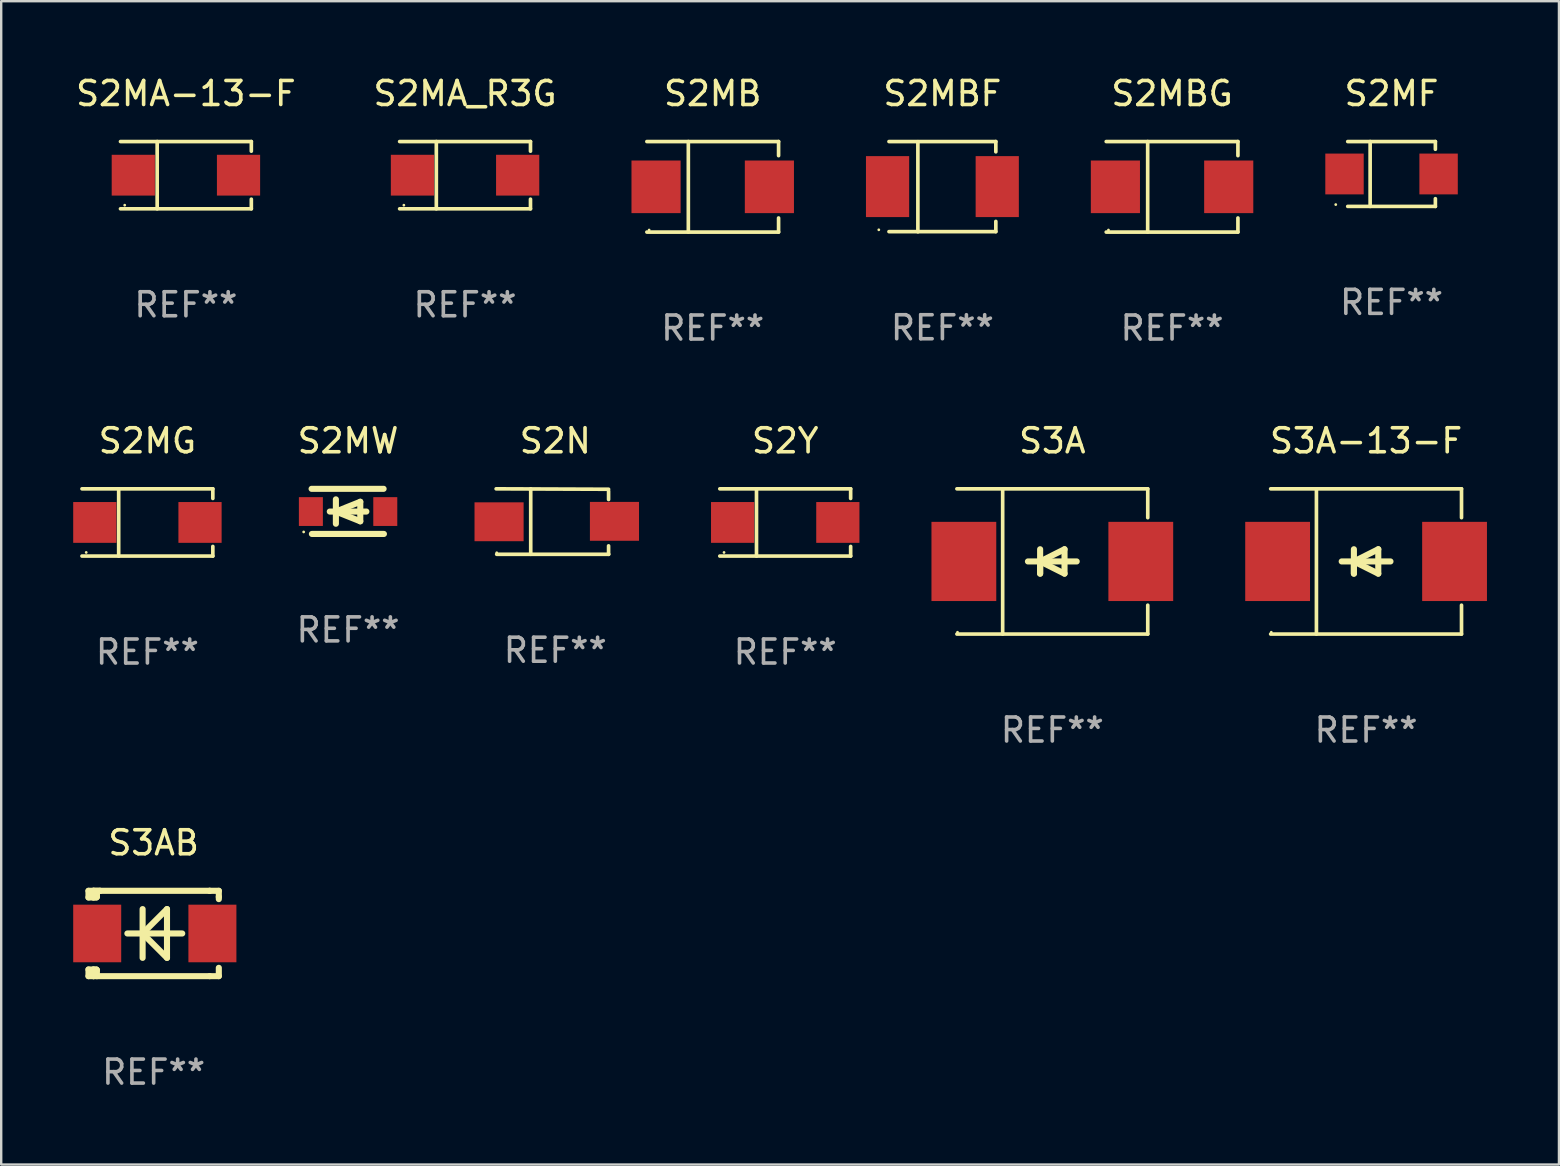
<source format=kicad_pcb>
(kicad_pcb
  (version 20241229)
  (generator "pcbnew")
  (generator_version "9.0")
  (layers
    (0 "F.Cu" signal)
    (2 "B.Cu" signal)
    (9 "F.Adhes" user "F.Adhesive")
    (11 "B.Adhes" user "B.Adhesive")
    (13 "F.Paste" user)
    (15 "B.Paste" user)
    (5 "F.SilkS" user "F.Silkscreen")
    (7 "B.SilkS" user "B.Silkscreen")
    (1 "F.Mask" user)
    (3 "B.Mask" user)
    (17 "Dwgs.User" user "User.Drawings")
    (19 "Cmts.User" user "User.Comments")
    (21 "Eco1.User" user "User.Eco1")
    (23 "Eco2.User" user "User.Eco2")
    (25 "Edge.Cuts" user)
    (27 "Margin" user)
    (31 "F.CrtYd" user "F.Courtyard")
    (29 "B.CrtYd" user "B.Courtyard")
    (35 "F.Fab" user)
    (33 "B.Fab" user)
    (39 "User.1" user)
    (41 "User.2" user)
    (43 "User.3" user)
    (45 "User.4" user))
  (footprint "S2MG"
    (layer "F.Cu")
    (at 3.092 18.718)
    (property "Reference" "S2MG" (at 0 -3.401 0) (layer "F.SilkS") (effects (font (size 1 1) (thickness 0.15))))
    (attr through_hole)
    (fp_line (start -2.726 -1.401) (end 2.726 -1.401) (stroke (width 0.152) (type solid)) (layer "F.SilkS"))
    (fp_line (start -2.726 1.401) (end 2.726 1.401) (stroke (width 0.152) (type solid)) (layer "F.SilkS"))
    (fp_line (start -1.197 -1.401) (end -1.197 1.401) (stroke (width 0.152) (type solid)) (layer "F.SilkS"))
    (fp_line (start 2.726 -1.401) (end 2.726 -1) (stroke (width 0.152) (type solid)) (layer "F.SilkS"))
    (fp_line (start 2.726 1.401) (end 2.726 1) (stroke (width 0.152) (type solid)) (layer "F.SilkS"))
    (fp_circle (center -2.55 1.25) (end -2.52 1.25) (stroke (width 0.06) (type solid)) (fill no) (layer "F.SilkS"))
    (fp_text user "REF**" (at 0 5.401 0) (layer "F.Fab") (effects (font (size 1 1) (thickness 0.15))))
    (pad "1" smd rect (at -2.192 0) (size 1.8 1.7) (layers "F.Cu" "F.Mask" "F.Paste"))
    (pad "2" smd rect (at 2.192 0) (size 1.8 1.7) (layers "F.Cu" "F.Mask" "F.Paste")))
  (footprint "S2MA-13-F"
    (layer "F.Cu")
    (at 4.696 4.249)
    (property "Reference" "S2MA-13-F" (at 0 -3.401 0) (layer "F.SilkS") (effects (font (size 1 1) (thickness 0.15))))
    (attr through_hole)
    (fp_line (start -2.726 -1.401) (end 2.726 -1.401) (stroke (width 0.152) (type solid)) (layer "F.SilkS"))
    (fp_line (start -2.726 1.401) (end 2.726 1.401) (stroke (width 0.152) (type solid)) (layer "F.SilkS"))
    (fp_line (start -1.197 -1.401) (end -1.197 1.401) (stroke (width 0.152) (type solid)) (layer "F.SilkS"))
    (fp_line (start 2.726 -1.401) (end 2.726 -1) (stroke (width 0.152) (type solid)) (layer "F.SilkS"))
    (fp_line (start 2.726 1.401) (end 2.726 1) (stroke (width 0.152) (type solid)) (layer "F.SilkS"))
    (fp_circle (center -2.55 1.25) (end -2.52 1.25) (stroke (width 0.06) (type solid)) (fill no) (layer "F.SilkS"))
    (fp_text user "REF**" (at 0 5.401 0) (layer "F.Fab") (effects (font (size 1 1) (thickness 0.15))))
    (pad "1" smd rect (at -2.192 0) (size 1.8 1.7) (layers "F.Cu" "F.Mask" "F.Paste"))
    (pad "2" smd rect (at 2.192 0) (size 1.8 1.7) (layers "F.Cu" "F.Mask" "F.Paste")))
  (footprint "S3A"
    (layer "F.Cu")
    (at 40.796 20.343)
    (property "Reference" "S3A" (at 0 -5.026 0) (layer "F.SilkS") (effects (font (size 1 1) (thickness 0.15))))
    (attr through_hole)
    (fp_line (start -3.976 -3.026) (end 3.976 -3.026) (stroke (width 0.152) (type solid)) (layer "F.SilkS"))
    (fp_line (start -3.976 3.026) (end 3.976 3.026) (stroke (width 0.152) (type solid)) (layer "F.SilkS"))
    (fp_line (start -2.069 -3.026) (end -2.069 3.026) (stroke (width 0.152) (type solid)) (layer "F.SilkS"))
    (fp_line (start -0.508 0) (end -0.508 0.508) (stroke (width 0.254) (type solid)) (layer "F.SilkS"))
    (fp_line (start -0.508 0) (end 0.508 0.508) (stroke (width 0.254) (type solid)) (layer "F.SilkS"))
    (fp_line (start -0.508 0.508) (end -0.508 -0.508) (stroke (width 0.254) (type solid)) (layer "F.SilkS"))
    (fp_line (start 0.508 -0.508) (end -0.508 0) (stroke (width 0.254) (type solid)) (layer "F.SilkS"))
    (fp_line (start 0.508 0.508) (end 0.508 -0.508) (stroke (width 0.254) (type solid)) (layer "F.SilkS"))
    (fp_line (start 1.016 0) (end -1.016 0) (stroke (width 0.254) (type solid)) (layer "F.SilkS"))
    (fp_line (start 3.976 -3.026) (end 3.976 -1.823) (stroke (width 0.152) (type solid)) (layer "F.SilkS"))
    (fp_line (start 3.976 3.026) (end 3.976 1.823) (stroke (width 0.152) (type solid)) (layer "F.SilkS"))
    (fp_circle (center -3.95 2.95) (end -3.92 2.95) (stroke (width 0.06) (type solid)) (fill no) (layer "F.SilkS"))
    (fp_text user "REF**" (at 0 7.026 0) (layer "F.Fab") (effects (font (size 1 1) (thickness 0.15))))
    (pad "1" smd rect (at -3.686 0) (size 2.7 3.3) (layers "F.Cu" "F.Mask" "F.Paste"))
    (pad "2" smd rect (at 3.686 0) (size 2.7 3.3) (layers "F.Cu" "F.Mask" "F.Paste")))
  (footprint "S2MW"
    (layer "F.Cu")
    (at 11.453 18.257)
    (property "Reference" "S2MW" (at 0 -2.94 0) (layer "F.SilkS") (effects (font (size 1 1) (thickness 0.15))))
    (attr through_hole)
    (fp_line (start -1.52 -0.94) (end 1.48 -0.94) (stroke (width 0.254) (type solid)) (layer "F.SilkS"))
    (fp_line (start -1.507 0.94) (end 1.493 0.94) (stroke (width 0.254) (type solid)) (layer "F.SilkS"))
    (fp_line (start -0.762 0.007) (end 0.762 0.007) (stroke (width 0.254) (type solid)) (layer "F.SilkS"))
    (fp_line (start -0.508 -0.501) (end -0.508 0.515) (stroke (width 0.254) (type solid)) (layer "F.SilkS"))
    (fp_line (start -0.508 0.007) (end 0.508 -0.4) (stroke (width 0.254) (type solid)) (layer "F.SilkS"))
    (fp_line (start 0.508 -0.4) (end 0.508 0.413) (stroke (width 0.254) (type solid)) (layer "F.SilkS"))
    (fp_line (start 0.508 0.413) (end -0.508 0.007) (stroke (width 0.254) (type solid)) (layer "F.SilkS"))
    (fp_circle (center -1.85 0.857) (end -1.82 0.857) (stroke (width 0.06) (type solid)) (fill no) (layer "F.SilkS"))
    (fp_text user "REF**" (at 0 4.94 0) (layer "F.Fab") (effects (font (size 1 1) (thickness 0.15))))
    (pad "1" smd rect (at -1.55 0.007) (size 1 1.2) (layers "F.Cu" "F.Mask" "F.Paste"))
    (pad "2" smd rect (at 1.55 0.007) (size 1 1.2) (layers "F.Cu" "F.Mask" "F.Paste")))
  (footprint "S3AB"
    (layer "F.Cu")
    (at 3.352 35.844)
    (property "Reference" "S3AB" (at 0 -3.778 0) (layer "F.SilkS") (effects (font (size 1 1) (thickness 0.15))))
    (attr through_hole)
    (fp_line (start -2.715 -1.778) (end -2.715 -1.501) (stroke (width 0.254) (type solid)) (layer "F.SilkS"))
    (fp_line (start -2.715 -1.501) (end -2.505 -1.501) (stroke (width 0.254) (type solid)) (layer "F.SilkS"))
    (fp_line (start -2.715 1.501) (end -2.715 1.778) (stroke (width 0.254) (type solid)) (layer "F.SilkS"))
    (fp_line (start -2.715 1.501) (end -2.505 1.501) (stroke (width 0.254) (type solid)) (layer "F.SilkS"))
    (fp_line (start -2.715 1.778) (end -2.504 1.778) (stroke (width 0.254) (type solid)) (layer "F.SilkS"))
    (fp_line (start -2.505 -1.778) (end -2.715 -1.778) (stroke (width 0.254) (type solid)) (layer "F.SilkS"))
    (fp_line (start -2.505 -1.778) (end -2.238 -1.778) (stroke (width 0.254) (type solid)) (layer "F.SilkS"))
    (fp_line (start -2.505 -1.501) (end -2.505 -1.651) (stroke (width 0.254) (type solid)) (layer "F.SilkS"))
    (fp_line (start -2.505 -1.501) (end -2.388 -1.501) (stroke (width 0.254) (type solid)) (layer "F.SilkS"))
    (fp_line (start -2.505 1.501) (end -2.505 1.778) (stroke (width 0.254) (type solid)) (layer "F.SilkS"))
    (fp_line (start -2.505 1.501) (end -2.388 1.501) (stroke (width 0.254) (type solid)) (layer "F.SilkS"))
    (fp_line (start -2.388 1.501) (end -2.365 1.524) (stroke (width 0.254) (type solid)) (layer "F.SilkS"))
    (fp_line (start -2.388 -1.501) (end -2.365 -1.524) (stroke (width 0.254) (type solid)) (layer "F.SilkS"))
    (fp_line (start -2.365 -1.651) (end -2.505 -1.778) (stroke (width 0.254) (type solid)) (layer "F.SilkS"))
    (fp_line (start -2.365 -1.524) (end -2.365 -1.651) (stroke (width 0.254) (type solid)) (layer "F.SilkS"))
    (fp_line (start -2.365 1.524) (end -2.365 1.778) (stroke (width 0.254) (type solid)) (layer "F.SilkS"))
    (fp_line (start -2.239 -1.778) (end 2.333 -1.778) (stroke (width 0.254) (type solid)) (layer "F.SilkS"))
    (fp_line (start -2.238 -1.778) (end -2.505 -1.778) (stroke (width 0.254) (type solid)) (layer "F.SilkS"))
    (fp_line (start -1.095 0) (end 1.191 0) (stroke (width 0.254) (type solid)) (layer "F.SilkS"))
    (fp_line (start -0.46 -1.016) (end -0.46 1.016) (stroke (width 0.254) (type solid)) (layer "F.SilkS"))
    (fp_line (start -0.46 -0.000127) (end 0.556 1.016) (stroke (width 0.254) (type solid)) (layer "F.SilkS"))
    (fp_line (start 0.556 -1.016) (end 0.556 1.016) (stroke (width 0.254) (type solid)) (layer "F.SilkS"))
    (fp_line (start 0.556 -1.016) (end -0.46 -0.000127) (stroke (width 0.254) (type solid)) (layer "F.SilkS"))
    (fp_line (start 2.333 -1.778) (end 2.333 -1.778) (stroke (width 0.254) (type solid)) (layer "F.SilkS"))
    (fp_line (start 2.333 -1.778) (end 2.715 -1.778) (stroke (width 0.254) (type solid)) (layer "F.SilkS"))
    (fp_line (start 2.334 1.778) (end -2.504 1.778) (stroke (width 0.254) (type solid)) (layer "F.SilkS"))
    (fp_line (start 2.715 -1.778) (end 2.715 -1.524) (stroke (width 0.254) (type solid)) (layer "F.SilkS"))
    (fp_line (start 2.715 -1.524) (end 2.715 -1.431) (stroke (width 0.254) (type solid)) (layer "F.SilkS"))
    (fp_line (start 2.715 1.431) (end 2.715 1.778) (stroke (width 0.254) (type solid)) (layer "F.SilkS"))
    (fp_line (start 2.715 1.778) (end 2.334 1.778) (stroke (width 0.254) (type solid)) (layer "F.SilkS"))
    (fp_circle (center -2.602 1.8) (end -2.572 1.8) (stroke (width 0.06) (type solid)) (fill no) (layer "F.SilkS"))
    (fp_text user "REF**" (at 0 5.778 0) (layer "F.Fab") (effects (font (size 1 1) (thickness 0.15))))
    (pad "1" smd rect (at -2.352 -0.000076) (size 2 2.4) (layers "F.Cu" "F.Mask" "F.Paste"))
    (pad "2" smd rect (at 2.448 -0.000076) (size 2 2.4) (layers "F.Cu" "F.Mask" "F.Paste")))
  (footprint "S2MB"
    (layer "F.Cu")
    (at 26.646 4.734)
    (property "Reference" "S2MB" (at 0 -3.886 0) (layer "F.SilkS") (effects (font (size 1 1) (thickness 0.15))))
    (attr through_hole)
    (fp_line (start -2.744 -1.886) (end 2.744 -1.886) (stroke (width 0.152) (type solid)) (layer "F.SilkS"))
    (fp_line (start -2.744 1.886) (end 2.744 1.886) (stroke (width 0.152) (type solid)) (layer "F.SilkS"))
    (fp_line (start -1.016 -1.886) (end -1.016 1.886) (stroke (width 0.152) (type solid)) (layer "F.SilkS"))
    (fp_line (start 2.744 -1.886) (end 2.744 -1.299) (stroke (width 0.152) (type solid)) (layer "F.SilkS"))
    (fp_line (start 2.744 1.886) (end 2.744 1.299) (stroke (width 0.152) (type solid)) (layer "F.SilkS"))
    (fp_circle (center -2.65 1.8) (end -2.62 1.8) (stroke (width 0.06) (type solid)) (fill no) (layer "F.SilkS"))
    (fp_text user "REF**" (at 0 5.886 0) (layer "F.Fab") (effects (font (size 1 1) (thickness 0.15))))
    (pad "1" smd rect (at -2.361 0) (size 2.047 2.192) (layers "F.Cu" "F.Mask" "F.Paste"))
    (pad "2" smd rect (at 2.361 0) (size 2.047 2.192) (layers "F.Cu" "F.Mask" "F.Paste")))
  (footprint "S2MF"
    (layer "F.Cu")
    (at 54.93 4.199)
    (property "Reference" "S2MF" (at 0 -3.351 0) (layer "F.SilkS") (effects (font (size 1 1) (thickness 0.15))))
    (attr through_hole)
    (fp_line (start -1.826 -1.351) (end 1.826 -1.351) (stroke (width 0.152) (type solid)) (layer "F.SilkS"))
    (fp_line (start -1.826 1.351) (end 1.826 1.351) (stroke (width 0.152) (type solid)) (layer "F.SilkS"))
    (fp_line (start -0.892 -1.351) (end -0.892 1.351) (stroke (width 0.152) (type solid)) (layer "F.SilkS"))
    (fp_line (start 1.826 -1.351) (end 1.826 -1.03) (stroke (width 0.152) (type solid)) (layer "F.SilkS"))
    (fp_line (start 1.826 1.03) (end 1.826 1.351) (stroke (width 0.152) (type solid)) (layer "F.SilkS"))
    (fp_circle (center -2.325 1.275) (end -2.295 1.275) (stroke (width 0.06) (type solid)) (fill no) (layer "F.SilkS"))
    (fp_text user "REF**" (at 0 5.351 0) (layer "F.Fab") (effects (font (size 1 1) (thickness 0.15))))
    (pad "1" smd rect (at -1.96 0 180) (size 1.6 1.7) (layers "F.Cu" "F.Mask" "F.Paste"))
    (pad "2" smd rect (at 1.96 0 180) (size 1.6 1.7) (layers "F.Cu" "F.Mask" "F.Paste")))
  (footprint "S2Y"
    (layer "F.Cu")
    (at 29.667 18.718)
    (property "Reference" "S2Y" (at 0 -3.401 0) (layer "F.SilkS") (effects (font (size 1 1) (thickness 0.15))))
    (attr through_hole)
    (fp_line (start -2.726 -1.401) (end 2.726 -1.401) (stroke (width 0.152) (type solid)) (layer "F.SilkS"))
    (fp_line (start -2.726 1.401) (end 2.726 1.401) (stroke (width 0.152) (type solid)) (layer "F.SilkS"))
    (fp_line (start -1.197 -1.401) (end -1.197 1.401) (stroke (width 0.152) (type solid)) (layer "F.SilkS"))
    (fp_line (start 2.726 -1.401) (end 2.726 -1) (stroke (width 0.152) (type solid)) (layer "F.SilkS"))
    (fp_line (start 2.726 1.401) (end 2.726 1) (stroke (width 0.152) (type solid)) (layer "F.SilkS"))
    (fp_circle (center -2.55 1.25) (end -2.52 1.25) (stroke (width 0.06) (type solid)) (fill no) (layer "F.SilkS"))
    (fp_text user "REF**" (at 0 5.401 0) (layer "F.Fab") (effects (font (size 1 1) (thickness 0.15))))
    (pad "1" smd rect (at -2.192 0) (size 1.8 1.7) (layers "F.Cu" "F.Mask" "F.Paste"))
    (pad "2" smd rect (at 2.192 0) (size 1.8 1.7) (layers "F.Cu" "F.Mask" "F.Paste")))
  (footprint "S2N"
    (layer "F.Cu")
    (at 20.087 18.681)
    (property "Reference" "S2N" (at 0 -3.364 0) (layer "F.SilkS") (effects (font (size 1 1) (thickness 0.15))))
    (attr through_hole)
    (fp_line (start -2.465 -1.364) (end 2.22 -1.346) (stroke (width 0.152) (type solid)) (layer "F.SilkS"))
    (fp_line (start -2.442 1.364) (end 2.226 1.364) (stroke (width 0.152) (type solid)) (layer "F.SilkS"))
    (fp_line (start -1.024 -1.364) (end -1.024 1.364) (stroke (width 0.152) (type solid)) (layer "F.SilkS"))
    (fp_line (start 2.22 -1.27) (end 2.22 -0.919) (stroke (width 0.152) (type solid)) (layer "F.SilkS"))
    (fp_line (start 2.22 1.364) (end 2.22 1.013) (stroke (width 0.152) (type solid)) (layer "F.SilkS"))
    (fp_circle (center -2.439 1.3) (end -2.409 1.3) (stroke (width 0.06) (type solid)) (fill no) (layer "F.SilkS"))
    (fp_text user "REF**" (at 0 5.364 0) (layer "F.Fab") (effects (font (size 1 1) (thickness 0.15))))
    (pad "1" smd rect (at -2.343 0.009) (size 2.046 1.62) (layers "F.Cu" "F.Mask" "F.Paste"))
    (pad "2" smd rect (at 2.465 -0.009 180) (size 2.046 1.62) (layers "F.Cu" "F.Mask" "F.Paste")))
  (footprint "S2MA_R3G"
    (layer "F.Cu")
    (at 16.327 4.249)
    (property "Reference" "S2MA_R3G" (at 0 -3.401 0) (layer "F.SilkS") (effects (font (size 1 1) (thickness 0.15))))
    (attr through_hole)
    (fp_line (start -2.726 -1.401) (end 2.726 -1.401) (stroke (width 0.152) (type solid)) (layer "F.SilkS"))
    (fp_line (start -2.726 1.401) (end 2.726 1.401) (stroke (width 0.152) (type solid)) (layer "F.SilkS"))
    (fp_line (start -1.197 -1.401) (end -1.197 1.401) (stroke (width 0.152) (type solid)) (layer "F.SilkS"))
    (fp_line (start 2.726 -1.401) (end 2.726 -1) (stroke (width 0.152) (type solid)) (layer "F.SilkS"))
    (fp_line (start 2.726 1.401) (end 2.726 1) (stroke (width 0.152) (type solid)) (layer "F.SilkS"))
    (fp_circle (center -2.55 1.25) (end -2.52 1.25) (stroke (width 0.06) (type solid)) (fill no) (layer "F.SilkS"))
    (fp_text user "REF**" (at 0 5.401 0) (layer "F.Fab") (effects (font (size 1 1) (thickness 0.15))))
    (pad "1" smd rect (at -2.192 0) (size 1.8 1.7) (layers "F.Cu" "F.Mask" "F.Paste"))
    (pad "2" smd rect (at 2.192 0) (size 1.8 1.7) (layers "F.Cu" "F.Mask" "F.Paste")))
  (footprint "S3A-13-F"
    (layer "F.Cu")
    (at 53.869 20.343)
    (property "Reference" "S3A-13-F" (at 0 -5.026 0) (layer "F.SilkS") (effects (font (size 1 1) (thickness 0.15))))
    (attr through_hole)
    (fp_line (start -3.976 -3.026) (end 3.976 -3.026) (stroke (width 0.152) (type solid)) (layer "F.SilkS"))
    (fp_line (start -3.976 3.026) (end 3.976 3.026) (stroke (width 0.152) (type solid)) (layer "F.SilkS"))
    (fp_line (start -2.069 -3.026) (end -2.069 3.026) (stroke (width 0.152) (type solid)) (layer "F.SilkS"))
    (fp_line (start -0.508 0) (end -0.508 0.508) (stroke (width 0.254) (type solid)) (layer "F.SilkS"))
    (fp_line (start -0.508 0) (end 0.508 0.508) (stroke (width 0.254) (type solid)) (layer "F.SilkS"))
    (fp_line (start -0.508 0.508) (end -0.508 -0.508) (stroke (width 0.254) (type solid)) (layer "F.SilkS"))
    (fp_line (start 0.508 -0.508) (end -0.508 0) (stroke (width 0.254) (type solid)) (layer "F.SilkS"))
    (fp_line (start 0.508 0.508) (end 0.508 -0.508) (stroke (width 0.254) (type solid)) (layer "F.SilkS"))
    (fp_line (start 1.016 0) (end -1.016 0) (stroke (width 0.254) (type solid)) (layer "F.SilkS"))
    (fp_line (start 3.976 -3.026) (end 3.976 -1.823) (stroke (width 0.152) (type solid)) (layer "F.SilkS"))
    (fp_line (start 3.976 3.026) (end 3.976 1.823) (stroke (width 0.152) (type solid)) (layer "F.SilkS"))
    (fp_circle (center -3.95 2.95) (end -3.92 2.95) (stroke (width 0.06) (type solid)) (fill no) (layer "F.SilkS"))
    (fp_text user "REF**" (at 0 7.026 0) (layer "F.Fab") (effects (font (size 1 1) (thickness 0.15))))
    (pad "1" smd rect (at -3.686 0) (size 2.7 3.3) (layers "F.Cu" "F.Mask" "F.Paste"))
    (pad "2" smd rect (at 3.686 0) (size 2.7 3.3) (layers "F.Cu" "F.Mask" "F.Paste")))
  (footprint "S2MBF"
    (layer "F.Cu")
    (at 36.216 4.728)
    (property "Reference" "S2MBF" (at 0 -3.88 0) (layer "F.SilkS") (effects (font (size 1 1) (thickness 0.15))))
    (attr through_hole)
    (fp_line (start -2.226 -1.88) (end 2.226 -1.88) (stroke (width 0.152) (type solid)) (layer "F.SilkS"))
    (fp_line (start -2.226 1.873) (end 2.226 1.873) (stroke (width 0.152) (type solid)) (layer "F.SilkS"))
    (fp_line (start -1.022 -1.873) (end -1.022 1.88) (stroke (width 0.152) (type solid)) (layer "F.SilkS"))
    (fp_line (start 2.226 -1.88) (end 2.226 -1.453) (stroke (width 0.152) (type solid)) (layer "F.SilkS"))
    (fp_line (start 2.226 1.447) (end 2.226 1.873) (stroke (width 0.152) (type solid)) (layer "F.SilkS"))
    (fp_circle (center -2.65 1.797) (end -2.62 1.797) (stroke (width 0.06) (type solid)) (fill no) (layer "F.SilkS"))
    (fp_text user "REF**" (at 0 5.88 0) (layer "F.Fab") (effects (font (size 1 1) (thickness 0.15))))
    (pad "1" smd rect (at -2.285 -0.003) (size 1.8 2.54) (layers "F.Cu" "F.Mask" "F.Paste"))
    (pad "2" smd rect (at 2.285 -0.003) (size 1.8 2.54) (layers "F.Cu" "F.Mask" "F.Paste")))
  (footprint "S2MBG"
    (layer "F.Cu")
    (at 45.785 4.734)
    (property "Reference" "S2MBG" (at 0 -3.886 0) (layer "F.SilkS") (effects (font (size 1 1) (thickness 0.15))))
    (attr through_hole)
    (fp_line (start -2.744 -1.886) (end 2.744 -1.886) (stroke (width 0.152) (type solid)) (layer "F.SilkS"))
    (fp_line (start -2.744 1.886) (end 2.744 1.886) (stroke (width 0.152) (type solid)) (layer "F.SilkS"))
    (fp_line (start -1.016 -1.886) (end -1.016 1.886) (stroke (width 0.152) (type solid)) (layer "F.SilkS"))
    (fp_line (start 2.744 -1.886) (end 2.744 -1.299) (stroke (width 0.152) (type solid)) (layer "F.SilkS"))
    (fp_line (start 2.744 1.886) (end 2.744 1.299) (stroke (width 0.152) (type solid)) (layer "F.SilkS"))
    (fp_circle (center -2.65 1.8) (end -2.62 1.8) (stroke (width 0.06) (type solid)) (fill no) (layer "F.SilkS"))
    (fp_text user "REF**" (at 0 5.886 0) (layer "F.Fab") (effects (font (size 1 1) (thickness 0.15))))
    (pad "1" smd rect (at -2.361 0) (size 2.047 2.192) (layers "F.Cu" "F.Mask" "F.Paste"))
    (pad "2" smd rect (at 2.361 0) (size 2.047 2.192) (layers "F.Cu" "F.Mask" "F.Paste")))
  (gr_rect
    (start -3 -3)
    (end 61.905 45.47)
    (stroke (width 0.1) (type default))
    (fill no)
    (layer "Edge.Cuts")))
</source>
